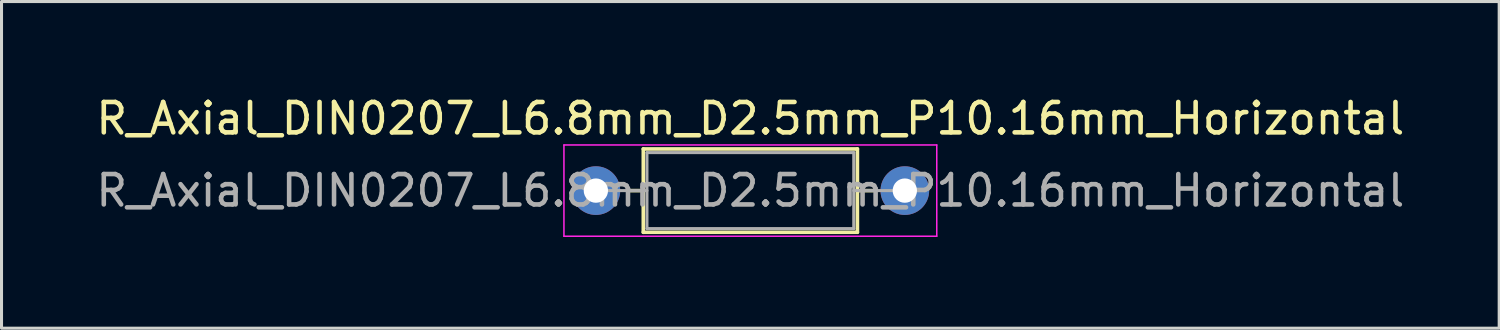
<source format=kicad_pcb>
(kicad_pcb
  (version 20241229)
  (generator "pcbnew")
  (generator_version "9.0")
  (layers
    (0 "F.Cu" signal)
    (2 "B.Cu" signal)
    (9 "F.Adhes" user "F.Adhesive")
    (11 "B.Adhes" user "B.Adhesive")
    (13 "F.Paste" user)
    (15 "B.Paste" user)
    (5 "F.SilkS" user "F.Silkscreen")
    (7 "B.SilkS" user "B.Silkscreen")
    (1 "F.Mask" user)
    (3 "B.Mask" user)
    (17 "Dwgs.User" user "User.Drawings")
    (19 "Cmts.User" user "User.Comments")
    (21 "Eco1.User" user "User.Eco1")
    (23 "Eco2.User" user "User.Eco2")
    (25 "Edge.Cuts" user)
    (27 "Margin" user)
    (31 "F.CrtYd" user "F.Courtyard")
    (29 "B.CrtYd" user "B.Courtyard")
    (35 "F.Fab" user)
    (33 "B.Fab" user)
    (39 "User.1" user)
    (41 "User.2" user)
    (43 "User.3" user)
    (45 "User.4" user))
  (footprint "R_Axial_DIN0207_L6.8mm_D2.5mm_P10.16mm_Horizontal"
    (layer "F.Cu")
    (at 16.545 3.218)
    (property "Reference" "R_Axial_DIN0207_L6.8mm_D2.5mm_P10.16mm_Horizontal" (at 5.08 -2.37 0) (layer "F.SilkS") (effects (font (size 1 1) (thickness 0.15))))
    (attr through_hole)
    (fp_line (start 1.04 0) (end 1.56 0) (stroke (width 0.12) (type solid)) (layer "F.SilkS"))
    (fp_line (start 1.56 -1.37) (end 1.56 1.37) (stroke (width 0.12) (type solid)) (layer "F.SilkS"))
    (fp_line (start 1.56 1.37) (end 8.6 1.37) (stroke (width 0.12) (type solid)) (layer "F.SilkS"))
    (fp_line (start 8.6 -1.37) (end 1.56 -1.37) (stroke (width 0.12) (type solid)) (layer "F.SilkS"))
    (fp_line (start 8.6 1.37) (end 8.6 -1.37) (stroke (width 0.12) (type solid)) (layer "F.SilkS"))
    (fp_line (start 9.12 0) (end 8.6 0) (stroke (width 0.12) (type solid)) (layer "F.SilkS"))
    (fp_line (start -1.05 -1.5) (end -1.05 1.5) (stroke (width 0.05) (type solid)) (layer "F.CrtYd"))
    (fp_line (start -1.05 1.5) (end 11.21 1.5) (stroke (width 0.05) (type solid)) (layer "F.CrtYd"))
    (fp_line (start 11.21 -1.5) (end -1.05 -1.5) (stroke (width 0.05) (type solid)) (layer "F.CrtYd"))
    (fp_line (start 11.21 1.5) (end 11.21 -1.5) (stroke (width 0.05) (type solid)) (layer "F.CrtYd"))
    (fp_line (start 0 0) (end 1.68 0) (stroke (width 0.1) (type solid)) (layer "F.Fab"))
    (fp_line (start 1.68 -1.25) (end 1.68 1.25) (stroke (width 0.1) (type solid)) (layer "F.Fab"))
    (fp_line (start 1.68 1.25) (end 8.48 1.25) (stroke (width 0.1) (type solid)) (layer "F.Fab"))
    (fp_line (start 8.48 -1.25) (end 1.68 -1.25) (stroke (width 0.1) (type solid)) (layer "F.Fab"))
    (fp_line (start 8.48 1.25) (end 8.48 -1.25) (stroke (width 0.1) (type solid)) (layer "F.Fab"))
    (fp_line (start 10.16 0) (end 8.48 0) (stroke (width 0.1) (type solid)) (layer "F.Fab"))
    (fp_text user "${REFERENCE}" (at 5.08 0 0) (layer "F.Fab") (effects (font (size 1 1) (thickness 0.15))))
    (pad "1" thru_hole circle (at 0 0) (size 1.6 1.6) (drill 0.8) (layers "*.Cu" "*.Mask"))
    (pad "2" thru_hole oval (at 10.16 0) (size 1.6 1.6) (drill 0.8) (layers "*.Cu" "*.Mask")))
  (gr_rect
    (start -3 -3)
    (end 46.25 7.743)
    (stroke (width 0.1) (type default))
    (fill no)
    (layer "Edge.Cuts")))
</source>
